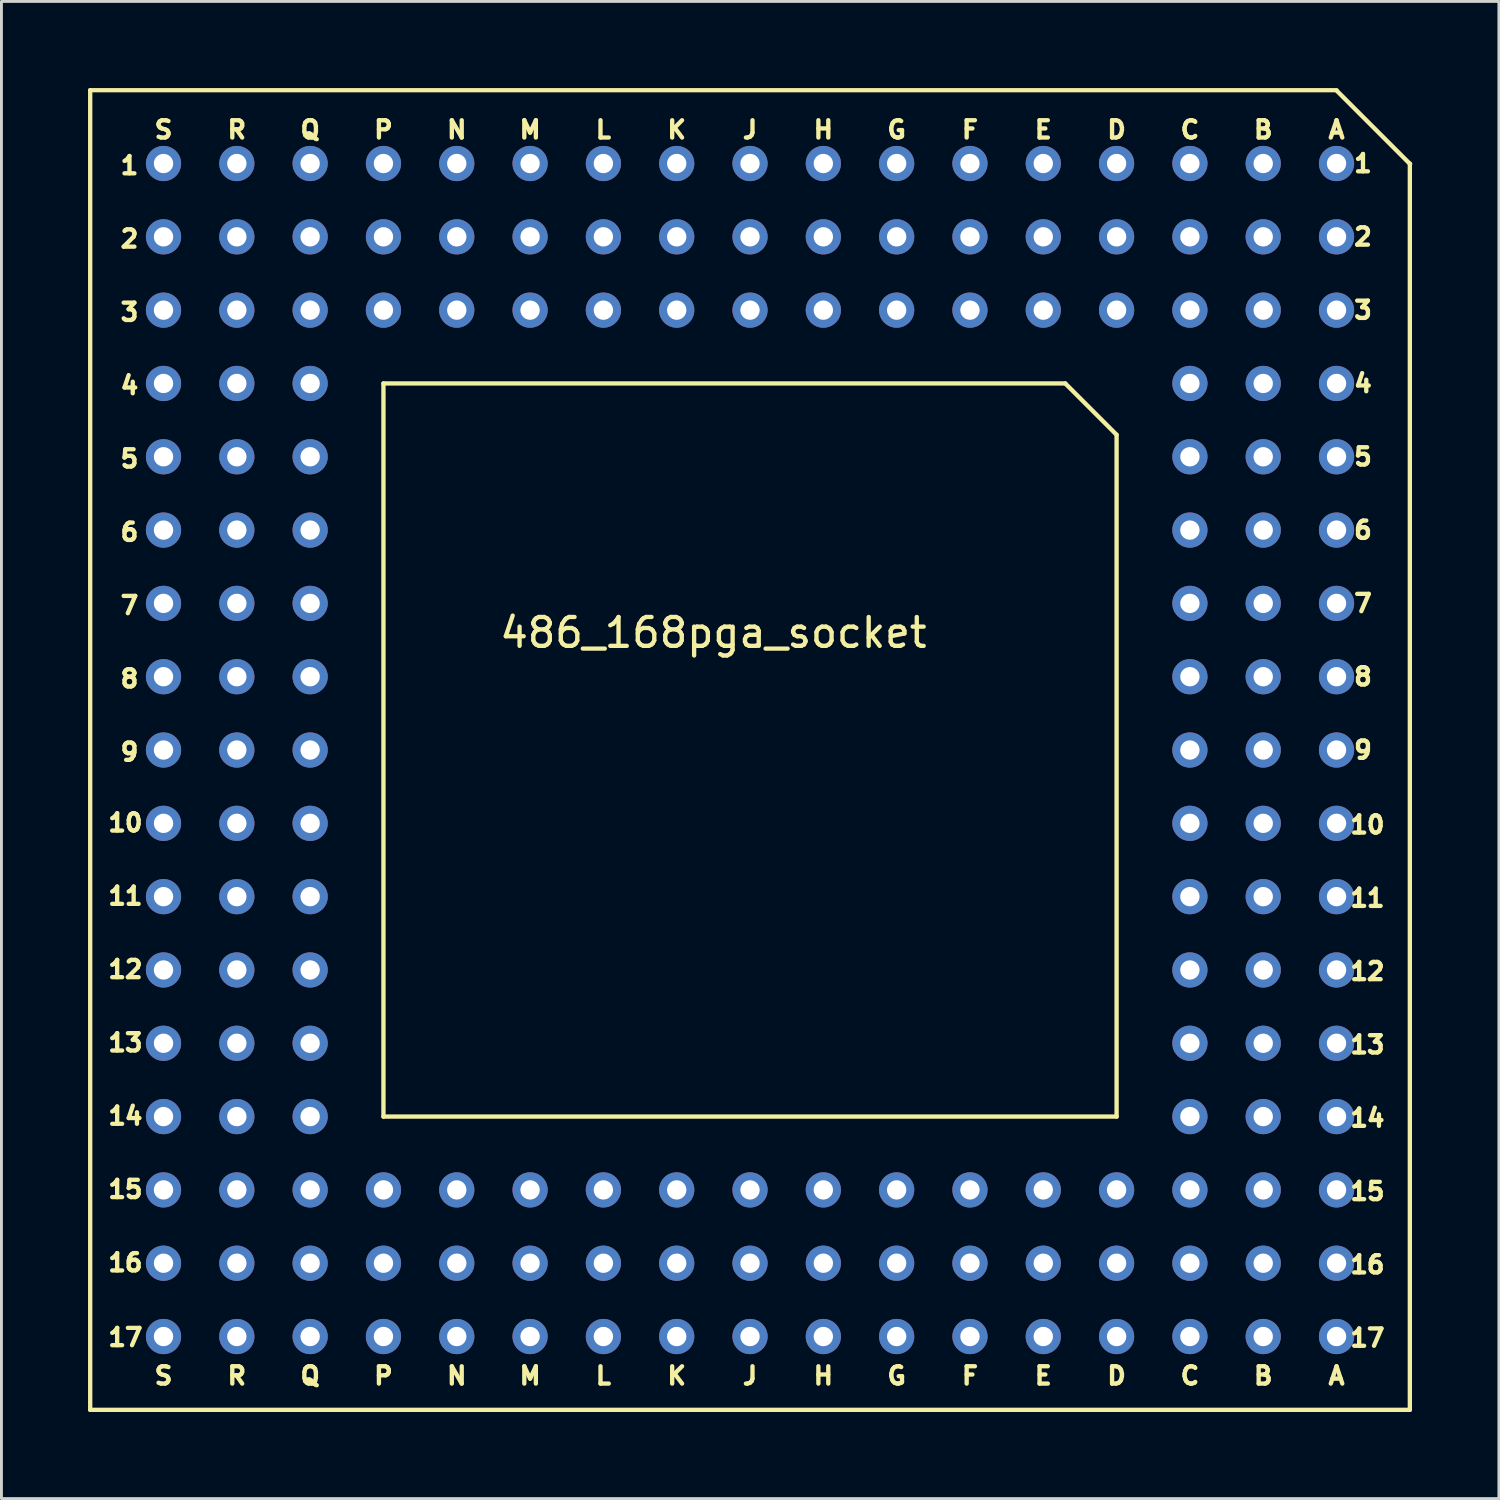
<source format=kicad_pcb>
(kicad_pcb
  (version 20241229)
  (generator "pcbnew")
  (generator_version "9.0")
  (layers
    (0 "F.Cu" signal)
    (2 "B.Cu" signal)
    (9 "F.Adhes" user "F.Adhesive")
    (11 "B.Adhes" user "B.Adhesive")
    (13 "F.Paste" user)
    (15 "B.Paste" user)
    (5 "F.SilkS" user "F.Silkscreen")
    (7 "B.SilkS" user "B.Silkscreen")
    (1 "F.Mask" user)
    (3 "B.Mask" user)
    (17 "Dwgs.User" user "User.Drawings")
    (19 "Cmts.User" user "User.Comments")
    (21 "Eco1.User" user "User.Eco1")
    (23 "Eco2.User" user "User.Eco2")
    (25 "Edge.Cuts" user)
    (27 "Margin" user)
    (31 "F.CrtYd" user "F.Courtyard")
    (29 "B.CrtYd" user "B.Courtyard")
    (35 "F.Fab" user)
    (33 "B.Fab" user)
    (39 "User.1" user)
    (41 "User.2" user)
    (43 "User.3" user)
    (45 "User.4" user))
  (footprint "486_168pga_socket"
    (layer "F.Cu")
    (at 43.255 2.615)
    (property "Reference" "486_168pga_socket" (at -21.59 16.256 0) (layer "F.SilkS") (effects (font (size 1 1) (thickness 0.15))))
    (attr through_hole)
    (fp_line (start -43.18 -2.54) (end 0 -2.54) (stroke (width 0.15) (type solid)) (layer "F.SilkS"))
    (fp_line (start -43.18 43.18) (end -43.18 -2.54) (stroke (width 0.15) (type solid)) (layer "F.SilkS"))
    (fp_line (start -33.02 7.62) (end -33.02 33.02) (stroke (width 0.15) (type solid)) (layer "F.SilkS"))
    (fp_line (start -33.02 33.02) (end -7.62 33.02) (stroke (width 0.15) (type solid)) (layer "F.SilkS"))
    (fp_line (start -9.398 7.62) (end -33.02 7.62) (stroke (width 0.15) (type solid)) (layer "F.SilkS"))
    (fp_line (start -9.398 7.62) (end -7.62 9.398) (stroke (width 0.15) (type solid)) (layer "F.SilkS"))
    (fp_line (start -7.62 33.02) (end -7.62 9.398) (stroke (width 0.15) (type solid)) (layer "F.SilkS"))
    (fp_line (start 0.01 -2.52) (end 2.55 0.02) (stroke (width 0.15) (type solid)) (layer "F.SilkS"))
    (fp_line (start 2.54 0) (end 2.54 43.18) (stroke (width 0.15) (type solid)) (layer "F.SilkS"))
    (fp_line (start 2.54 43.18) (end -43.18 43.18) (stroke (width 0.15) (type solid)) (layer "F.SilkS"))
    (fp_text user "K" (at -22.86 -1.17 0) (layer "F.SilkS") (effects (font (size 0.6 0.6) (thickness 0.15))))
    (fp_text user "4" (at -41.82 7.69 0) (layer "F.SilkS") (effects (font (size 0.6 0.6) (thickness 0.15))))
    (fp_text user "2" (at 0.916 2.54 0) (layer "F.SilkS") (effects (font (size 0.6 0.6) (thickness 0.15))))
    (fp_text user "10" (at -41.96 22.84 0) (layer "F.SilkS") (effects (font (size 0.6 0.6) (thickness 0.15))))
    (fp_text user "S" (at -40.64 42 0) (layer "F.SilkS") (effects (font (size 0.6 0.6) (thickness 0.15))))
    (fp_text user "B" (at -2.54 -1.17 0) (layer "F.SilkS") (effects (font (size 0.6 0.6) (thickness 0.15))))
    (fp_text user "M" (at -27.94 42 0) (layer "F.SilkS") (effects (font (size 0.6 0.6) (thickness 0.15))))
    (fp_text user "17" (at -41.96 40.67 0) (layer "F.SilkS") (effects (font (size 0.6 0.6) (thickness 0.15))))
    (fp_text user "11" (at 1.07 25.45 0) (layer "F.SilkS") (effects (font (size 0.6 0.6) (thickness 0.15))))
    (fp_text user "13" (at -41.96 30.46 0) (layer "F.SilkS") (effects (font (size 0.6 0.6) (thickness 0.15))))
    (fp_text user "10" (at 1.07 22.91 0) (layer "F.SilkS") (effects (font (size 0.6 0.6) (thickness 0.15))))
    (fp_text user "J" (at -20.32 -1.17 0) (layer "F.SilkS") (effects (font (size 0.6 0.6) (thickness 0.15))))
    (fp_text user "1" (at 0.916 0 0) (layer "F.SilkS") (effects (font (size 0.6 0.6) (thickness 0.15))))
    (fp_text user "P" (at -33.02 42 0) (layer "F.SilkS") (effects (font (size 0.6 0.6) (thickness 0.15))))
    (fp_text user "R" (at -38.1 42 0) (layer "F.SilkS") (effects (font (size 0.6 0.6) (thickness 0.15))))
    (fp_text user "F" (at -12.7 -1.17 0) (layer "F.SilkS") (effects (font (size 0.6 0.6) (thickness 0.15))))
    (fp_text user "2" (at -41.82 2.61 0) (layer "F.SilkS") (effects (font (size 0.6 0.6) (thickness 0.15))))
    (fp_text user "4" (at 0.916 7.62 0) (layer "F.SilkS") (effects (font (size 0.6 0.6) (thickness 0.15))))
    (fp_text user "D" (at -7.62 -1.17 0) (layer "F.SilkS") (effects (font (size 0.6 0.6) (thickness 0.15))))
    (fp_text user "A" (at 0 42 0) (layer "F.SilkS") (effects (font (size 0.6 0.6) (thickness 0.15))))
    (fp_text user "G" (at -15.24 42 0) (layer "F.SilkS") (effects (font (size 0.6 0.6) (thickness 0.15))))
    (fp_text user "16" (at -41.96 38.08 0) (layer "F.SilkS") (effects (font (size 0.6 0.6) (thickness 0.15))))
    (fp_text user "7" (at -41.82 15.31 0) (layer "F.SilkS") (effects (font (size 0.6 0.6) (thickness 0.15))))
    (fp_text user "Q" (at -35.56 -1.17 0) (layer "F.SilkS") (effects (font (size 0.6 0.6) (thickness 0.15))))
    (fp_text user "H" (at -17.78 42 0) (layer "F.SilkS") (effects (font (size 0.6 0.6) (thickness 0.15))))
    (fp_text user "8" (at -41.82 17.85 0) (layer "F.SilkS") (effects (font (size 0.6 0.6) (thickness 0.15))))
    (fp_text user "14" (at 1.07 33.07 0) (layer "F.SilkS") (effects (font (size 0.6 0.6) (thickness 0.15))))
    (fp_text user "S" (at -40.64 -1.17 0) (layer "F.SilkS") (effects (font (size 0.6 0.6) (thickness 0.15))))
    (fp_text user "F" (at -12.7 42 0) (layer "F.SilkS") (effects (font (size 0.6 0.6) (thickness 0.15))))
    (fp_text user "R" (at -38.1 -1.17 0) (layer "F.SilkS") (effects (font (size 0.6 0.6) (thickness 0.15))))
    (fp_text user "M" (at -27.94 -1.17 0) (layer "F.SilkS") (effects (font (size 0.6 0.6) (thickness 0.15))))
    (fp_text user "12" (at 1.07 27.99 0) (layer "F.SilkS") (effects (font (size 0.6 0.6) (thickness 0.15))))
    (fp_text user "14" (at -41.96 33 0) (layer "F.SilkS") (effects (font (size 0.6 0.6) (thickness 0.15))))
    (fp_text user "17" (at 1.07 40.69 0) (layer "F.SilkS") (effects (font (size 0.6 0.6) (thickness 0.15))))
    (fp_text user "H" (at -17.78 -1.17 0) (layer "F.SilkS") (effects (font (size 0.6 0.6) (thickness 0.15))))
    (fp_text user "15" (at 1.07 35.61 0) (layer "F.SilkS") (effects (font (size 0.6 0.6) (thickness 0.15))))
    (fp_text user "Q" (at -35.56 42 0) (layer "F.SilkS") (effects (font (size 0.6 0.6) (thickness 0.15))))
    (fp_text user "L" (at -25.4 42 0) (layer "F.SilkS") (effects (font (size 0.6 0.6) (thickness 0.15))))
    (fp_text user "C" (at -5.08 42 0) (layer "F.SilkS") (effects (font (size 0.6 0.6) (thickness 0.15))))
    (fp_text user "N" (at -30.48 -1.17 0) (layer "F.SilkS") (effects (font (size 0.6 0.6) (thickness 0.15))))
    (fp_text user "11" (at -41.96 25.38 0) (layer "F.SilkS") (effects (font (size 0.6 0.6) (thickness 0.15))))
    (fp_text user "L" (at -25.4 -1.17 180) (layer "F.SilkS") (effects (font (size 0.6 0.6) (thickness 0.15))))
    (fp_text user "C" (at -5.08 -1.17 0) (layer "F.SilkS") (effects (font (size 0.6 0.6) (thickness 0.15))))
    (fp_text user "K" (at -22.86 42 0) (layer "F.SilkS") (effects (font (size 0.6 0.6) (thickness 0.15))))
    (fp_text user "9" (at -41.82 20.39 0) (layer "F.SilkS") (effects (font (size 0.6 0.6) (thickness 0.15))))
    (fp_text user "P" (at -33.02 -1.17 0) (layer "F.SilkS") (effects (font (size 0.6 0.6) (thickness 0.15))))
    (fp_text user "J" (at -20.32 42 0) (layer "F.SilkS") (effects (font (size 0.6 0.6) (thickness 0.15))))
    (fp_text user "5" (at 0.916 10.16 0) (layer "F.SilkS") (effects (font (size 0.6 0.6) (thickness 0.15))))
    (fp_text user "6" (at -41.82 12.77 0) (layer "F.SilkS") (effects (font (size 0.6 0.6) (thickness 0.15))))
    (fp_text user "B" (at -2.54 42 0) (layer "F.SilkS") (effects (font (size 0.6 0.6) (thickness 0.15))))
    (fp_text user "15" (at -41.96 35.54 0) (layer "F.SilkS") (effects (font (size 0.6 0.6) (thickness 0.15))))
    (fp_text user "D" (at -7.62 42 0) (layer "F.SilkS") (effects (font (size 0.6 0.6) (thickness 0.15))))
    (fp_text user "12" (at -41.96 27.92 0) (layer "F.SilkS") (effects (font (size 0.6 0.6) (thickness 0.15))))
    (fp_text user "A" (at 0 -1.17 0) (layer "F.SilkS") (effects (font (size 0.6 0.6) (thickness 0.15))))
    (fp_text user "13" (at 1.07 30.53 0) (layer "F.SilkS") (effects (font (size 0.6 0.6) (thickness 0.15))))
    (fp_text user "5" (at -41.82 10.23 0) (layer "F.SilkS") (effects (font (size 0.6 0.6) (thickness 0.15))))
    (fp_text user "6" (at 0.916 12.7 0) (layer "F.SilkS") (effects (font (size 0.6 0.6) (thickness 0.15))))
    (fp_text user "G" (at -15.24 -1.17 0) (layer "F.SilkS") (effects (font (size 0.6 0.6) (thickness 0.15))))
    (fp_text user "E" (at -10.16 -1.17 0) (layer "F.SilkS") (effects (font (size 0.6 0.6) (thickness 0.15))))
    (fp_text user "8" (at 0.916 17.78 0) (layer "F.SilkS") (effects (font (size 0.6 0.6) (thickness 0.15))))
    (fp_text user "16" (at 1.07 38.15 0) (layer "F.SilkS") (effects (font (size 0.6 0.6) (thickness 0.15))))
    (fp_text user "1" (at -41.82 0.07 0) (layer "F.SilkS") (effects (font (size 0.6 0.6) (thickness 0.15))))
    (fp_text user "7" (at 0.916 15.24 0) (layer "F.SilkS") (effects (font (size 0.6 0.6) (thickness 0.15))))
    (fp_text user "3" (at 0.916 5.08 0) (layer "F.SilkS") (effects (font (size 0.6 0.6) (thickness 0.15))))
    (fp_text user "E" (at -10.16 42 0) (layer "F.SilkS") (effects (font (size 0.6 0.6) (thickness 0.15))))
    (fp_text user "N" (at -30.48 42 0) (layer "F.SilkS") (effects (font (size 0.6 0.6) (thickness 0.15))))
    (fp_text user "3" (at -41.82 5.15 0) (layer "F.SilkS") (effects (font (size 0.6 0.6) (thickness 0.15))))
    (fp_text user "9" (at 0.916 20.32 0) (layer "F.SilkS") (effects (font (size 0.6 0.6) (thickness 0.15))))
    (pad "A1" thru_hole circle (at 0 0) (size 1.22 1.22) (drill 0.67) (layers "*.Cu" "*.Mask"))
    (pad "A2" thru_hole circle (at 0 2.54) (size 1.22 1.22) (drill 0.67) (layers "*.Cu" "*.Mask"))
    (pad "A3" thru_hole circle (at 0 5.08) (size 1.22 1.22) (drill 0.67) (layers "*.Cu" "*.Mask"))
    (pad "A4" thru_hole circle (at 0 7.62) (size 1.22 1.22) (drill 0.67) (layers "*.Cu" "*.Mask"))
    (pad "A5" thru_hole circle (at 0 10.16) (size 1.22 1.22) (drill 0.67) (layers "*.Cu" "*.Mask"))
    (pad "A6" thru_hole circle (at 0 12.7) (size 1.22 1.22) (drill 0.67) (layers "*.Cu" "*.Mask"))
    (pad "A7" thru_hole circle (at 0 15.24) (size 1.22 1.22) (drill 0.67) (layers "*.Cu" "*.Mask"))
    (pad "A8" thru_hole circle (at 0 17.78) (size 1.22 1.22) (drill 0.67) (layers "*.Cu" "*.Mask"))
    (pad "A9" thru_hole circle (at 0 20.32) (size 1.22 1.22) (drill 0.67) (layers "*.Cu" "*.Mask"))
    (pad "A10" thru_hole circle (at 0 22.86) (size 1.22 1.22) (drill 0.67) (layers "*.Cu" "*.Mask"))
    (pad "A11" thru_hole circle (at 0 25.4) (size 1.22 1.22) (drill 0.67) (layers "*.Cu" "*.Mask"))
    (pad "A12" thru_hole circle (at 0 27.94) (size 1.22 1.22) (drill 0.67) (layers "*.Cu" "*.Mask"))
    (pad "A13" thru_hole circle (at 0 30.48) (size 1.22 1.22) (drill 0.67) (layers "*.Cu" "*.Mask"))
    (pad "A14" thru_hole circle (at 0 33.02) (size 1.22 1.22) (drill 0.67) (layers "*.Cu" "*.Mask"))
    (pad "A15" thru_hole circle (at 0 35.56) (size 1.22 1.22) (drill 0.67) (layers "*.Cu" "*.Mask"))
    (pad "A16" thru_hole circle (at 0 38.1) (size 1.22 1.22) (drill 0.67) (layers "*.Cu" "*.Mask"))
    (pad "A17" thru_hole circle (at 0 40.64) (size 1.22 1.22) (drill 0.67) (layers "*.Cu" "*.Mask"))
    (pad "B1" thru_hole circle (at -2.54 0) (size 1.22 1.22) (drill 0.67) (layers "*.Cu" "*.Mask"))
    (pad "B2" thru_hole circle (at -2.54 2.54) (size 1.22 1.22) (drill 0.67) (layers "*.Cu" "*.Mask"))
    (pad "B3" thru_hole circle (at -2.54 5.08) (size 1.22 1.22) (drill 0.67) (layers "*.Cu" "*.Mask"))
    (pad "B4" thru_hole circle (at -2.54 7.62) (size 1.22 1.22) (drill 0.67) (layers "*.Cu" "*.Mask"))
    (pad "B5" thru_hole circle (at -2.54 10.16) (size 1.22 1.22) (drill 0.67) (layers "*.Cu" "*.Mask"))
    (pad "B6" thru_hole circle (at -2.54 12.7) (size 1.22 1.22) (drill 0.67) (layers "*.Cu" "*.Mask"))
    (pad "B7" thru_hole circle (at -2.54 15.24) (size 1.22 1.22) (drill 0.67) (layers "*.Cu" "*.Mask"))
    (pad "B8" thru_hole circle (at -2.54 17.78) (size 1.22 1.22) (drill 0.67) (layers "*.Cu" "*.Mask"))
    (pad "B9" thru_hole circle (at -2.54 20.32) (size 1.22 1.22) (drill 0.67) (layers "*.Cu" "*.Mask"))
    (pad "B10" thru_hole circle (at -2.54 22.86) (size 1.22 1.22) (drill 0.67) (layers "*.Cu" "*.Mask"))
    (pad "B11" thru_hole circle (at -2.54 25.4) (size 1.22 1.22) (drill 0.67) (layers "*.Cu" "*.Mask"))
    (pad "B12" thru_hole circle (at -2.54 27.94) (size 1.22 1.22) (drill 0.67) (layers "*.Cu" "*.Mask"))
    (pad "B13" thru_hole circle (at -2.54 30.48) (size 1.22 1.22) (drill 0.67) (layers "*.Cu" "*.Mask"))
    (pad "B14" thru_hole circle (at -2.54 33.02) (size 1.22 1.22) (drill 0.67) (layers "*.Cu" "*.Mask"))
    (pad "B15" thru_hole circle (at -2.54 35.56) (size 1.22 1.22) (drill 0.67) (layers "*.Cu" "*.Mask"))
    (pad "B16" thru_hole circle (at -2.54 38.1) (size 1.22 1.22) (drill 0.67) (layers "*.Cu" "*.Mask"))
    (pad "B17" thru_hole circle (at -2.54 40.64) (size 1.22 1.22) (drill 0.67) (layers "*.Cu" "*.Mask"))
    (pad "C1" thru_hole circle (at -5.08 0) (size 1.22 1.22) (drill 0.67) (layers "*.Cu" "*.Mask"))
    (pad "C2" thru_hole circle (at -5.08 2.54) (size 1.22 1.22) (drill 0.67) (layers "*.Cu" "*.Mask"))
    (pad "C3" thru_hole circle (at -5.08 5.08) (size 1.22 1.22) (drill 0.67) (layers "*.Cu" "*.Mask"))
    (pad "C4" thru_hole circle (at -5.08 7.62) (size 1.22 1.22) (drill 0.67) (layers "*.Cu" "*.Mask"))
    (pad "C5" thru_hole circle (at -5.08 10.16) (size 1.22 1.22) (drill 0.67) (layers "*.Cu" "*.Mask"))
    (pad "C6" thru_hole circle (at -5.08 12.7) (size 1.22 1.22) (drill 0.67) (layers "*.Cu" "*.Mask"))
    (pad "C7" thru_hole circle (at -5.08 15.24) (size 1.22 1.22) (drill 0.67) (layers "*.Cu" "*.Mask"))
    (pad "C8" thru_hole circle (at -5.08 17.78) (size 1.22 1.22) (drill 0.67) (layers "*.Cu" "*.Mask"))
    (pad "C9" thru_hole circle (at -5.08 20.32) (size 1.22 1.22) (drill 0.67) (layers "*.Cu" "*.Mask"))
    (pad "C10" thru_hole circle (at -5.08 22.86) (size 1.22 1.22) (drill 0.67) (layers "*.Cu" "*.Mask"))
    (pad "C11" thru_hole circle (at -5.08 25.4) (size 1.22 1.22) (drill 0.67) (layers "*.Cu" "*.Mask"))
    (pad "C12" thru_hole circle (at -5.08 27.94) (size 1.22 1.22) (drill 0.67) (layers "*.Cu" "*.Mask"))
    (pad "C13" thru_hole circle (at -5.08 30.48) (size 1.22 1.22) (drill 0.67) (layers "*.Cu" "*.Mask"))
    (pad "C14" thru_hole circle (at -5.08 33.02) (size 1.22 1.22) (drill 0.67) (layers "*.Cu" "*.Mask"))
    (pad "C15" thru_hole circle (at -5.08 35.56) (size 1.22 1.22) (drill 0.67) (layers "*.Cu" "*.Mask"))
    (pad "C16" thru_hole circle (at -5.08 38.1) (size 1.22 1.22) (drill 0.67) (layers "*.Cu" "*.Mask"))
    (pad "C17" thru_hole circle (at -5.08 40.64) (size 1.22 1.22) (drill 0.67) (layers "*.Cu" "*.Mask"))
    (pad "D1" thru_hole circle (at -7.62 0) (size 1.22 1.22) (drill 0.67) (layers "*.Cu" "*.Mask"))
    (pad "D2" thru_hole circle (at -7.62 2.54) (size 1.22 1.22) (drill 0.67) (layers "*.Cu" "*.Mask"))
    (pad "D3" thru_hole circle (at -7.62 5.08) (size 1.22 1.22) (drill 0.67) (layers "*.Cu" "*.Mask"))
    (pad "D15" thru_hole circle (at -7.62 35.56) (size 1.22 1.22) (drill 0.67) (layers "*.Cu" "*.Mask"))
    (pad "D16" thru_hole circle (at -7.62 38.1) (size 1.22 1.22) (drill 0.67) (layers "*.Cu" "*.Mask"))
    (pad "D17" thru_hole circle (at -7.62 40.64) (size 1.22 1.22) (drill 0.67) (layers "*.Cu" "*.Mask"))
    (pad "E1" thru_hole circle (at -10.16 0) (size 1.22 1.22) (drill 0.67) (layers "*.Cu" "*.Mask"))
    (pad "E2" thru_hole circle (at -10.16 2.54) (size 1.22 1.22) (drill 0.67) (layers "*.Cu" "*.Mask"))
    (pad "E3" thru_hole circle (at -10.16 5.08) (size 1.22 1.22) (drill 0.67) (layers "*.Cu" "*.Mask"))
    (pad "E15" thru_hole circle (at -10.16 35.56) (size 1.22 1.22) (drill 0.67) (layers "*.Cu" "*.Mask"))
    (pad "E16" thru_hole circle (at -10.16 38.1) (size 1.22 1.22) (drill 0.67) (layers "*.Cu" "*.Mask"))
    (pad "E17" thru_hole circle (at -10.16 40.64) (size 1.22 1.22) (drill 0.67) (layers "*.Cu" "*.Mask"))
    (pad "F1" thru_hole circle (at -12.7 0) (size 1.22 1.22) (drill 0.67) (layers "*.Cu" "*.Mask"))
    (pad "F2" thru_hole circle (at -12.7 2.54) (size 1.22 1.22) (drill 0.67) (layers "*.Cu" "*.Mask"))
    (pad "F3" thru_hole circle (at -12.7 5.08) (size 1.22 1.22) (drill 0.67) (layers "*.Cu" "*.Mask"))
    (pad "F15" thru_hole circle (at -12.7 35.56) (size 1.22 1.22) (drill 0.67) (layers "*.Cu" "*.Mask"))
    (pad "F16" thru_hole circle (at -12.7 38.1) (size 1.22 1.22) (drill 0.67) (layers "*.Cu" "*.Mask"))
    (pad "F17" thru_hole circle (at -12.7 40.64) (size 1.22 1.22) (drill 0.67) (layers "*.Cu" "*.Mask"))
    (pad "G1" thru_hole circle (at -15.24 0) (size 1.22 1.22) (drill 0.67) (layers "*.Cu" "*.Mask"))
    (pad "G2" thru_hole circle (at -15.24 2.54) (size 1.22 1.22) (drill 0.67) (layers "*.Cu" "*.Mask"))
    (pad "G3" thru_hole circle (at -15.24 5.08) (size 1.22 1.22) (drill 0.67) (layers "*.Cu" "*.Mask"))
    (pad "G15" thru_hole circle (at -15.24 35.56) (size 1.22 1.22) (drill 0.67) (layers "*.Cu" "*.Mask"))
    (pad "G16" thru_hole circle (at -15.24 38.1) (size 1.22 1.22) (drill 0.67) (layers "*.Cu" "*.Mask"))
    (pad "G17" thru_hole circle (at -15.24 40.64) (size 1.22 1.22) (drill 0.67) (layers "*.Cu" "*.Mask"))
    (pad "H1" thru_hole circle (at -17.78 0) (size 1.22 1.22) (drill 0.67) (layers "*.Cu" "*.Mask"))
    (pad "H2" thru_hole circle (at -17.78 2.54) (size 1.22 1.22) (drill 0.67) (layers "*.Cu" "*.Mask"))
    (pad "H3" thru_hole circle (at -17.78 5.08) (size 1.22 1.22) (drill 0.67) (layers "*.Cu" "*.Mask"))
    (pad "H15" thru_hole circle (at -17.78 35.56) (size 1.22 1.22) (drill 0.67) (layers "*.Cu" "*.Mask"))
    (pad "H16" thru_hole circle (at -17.78 38.1) (size 1.22 1.22) (drill 0.67) (layers "*.Cu" "*.Mask"))
    (pad "H17" thru_hole circle (at -17.78 40.64) (size 1.22 1.22) (drill 0.67) (layers "*.Cu" "*.Mask"))
    (pad "J1" thru_hole circle (at -20.32 0) (size 1.22 1.22) (drill 0.67) (layers "*.Cu" "*.Mask"))
    (pad "J2" thru_hole circle (at -20.32 2.54) (size 1.22 1.22) (drill 0.67) (layers "*.Cu" "*.Mask"))
    (pad "J3" thru_hole circle (at -20.32 5.08) (size 1.22 1.22) (drill 0.67) (layers "*.Cu" "*.Mask"))
    (pad "J15" thru_hole circle (at -20.32 35.56) (size 1.22 1.22) (drill 0.67) (layers "*.Cu" "*.Mask"))
    (pad "J16" thru_hole circle (at -20.32 38.1) (size 1.22 1.22) (drill 0.67) (layers "*.Cu" "*.Mask"))
    (pad "J17" thru_hole circle (at -20.32 40.64) (size 1.22 1.22) (drill 0.67) (layers "*.Cu" "*.Mask"))
    (pad "K1" thru_hole circle (at -22.86 0) (size 1.22 1.22) (drill 0.67) (layers "*.Cu" "*.Mask"))
    (pad "K2" thru_hole circle (at -22.86 2.54) (size 1.22 1.22) (drill 0.67) (layers "*.Cu" "*.Mask"))
    (pad "K3" thru_hole circle (at -22.86 5.08) (size 1.22 1.22) (drill 0.67) (layers "*.Cu" "*.Mask"))
    (pad "K15" thru_hole circle (at -22.86 35.56) (size 1.22 1.22) (drill 0.67) (layers "*.Cu" "*.Mask"))
    (pad "K16" thru_hole circle (at -22.86 38.1) (size 1.22 1.22) (drill 0.67) (layers "*.Cu" "*.Mask"))
    (pad "K17" thru_hole circle (at -22.86 40.64) (size 1.22 1.22) (drill 0.67) (layers "*.Cu" "*.Mask"))
    (pad "L1" thru_hole circle (at -25.4 0) (size 1.22 1.22) (drill 0.67) (layers "*.Cu" "*.Mask"))
    (pad "L2" thru_hole circle (at -25.4 2.54) (size 1.22 1.22) (drill 0.67) (layers "*.Cu" "*.Mask"))
    (pad "L3" thru_hole circle (at -25.4 5.08) (size 1.22 1.22) (drill 0.67) (layers "*.Cu" "*.Mask"))
    (pad "L15" thru_hole circle (at -25.4 35.56) (size 1.22 1.22) (drill 0.67) (layers "*.Cu" "*.Mask"))
    (pad "L16" thru_hole circle (at -25.4 38.1) (size 1.22 1.22) (drill 0.67) (layers "*.Cu" "*.Mask"))
    (pad "L17" thru_hole circle (at -25.4 40.64) (size 1.22 1.22) (drill 0.67) (layers "*.Cu" "*.Mask"))
    (pad "M1" thru_hole circle (at -27.94 0) (size 1.22 1.22) (drill 0.67) (layers "*.Cu" "*.Mask"))
    (pad "M2" thru_hole circle (at -27.94 2.54) (size 1.22 1.22) (drill 0.67) (layers "*.Cu" "*.Mask"))
    (pad "M3" thru_hole circle (at -27.94 5.08) (size 1.22 1.22) (drill 0.67) (layers "*.Cu" "*.Mask"))
    (pad "M15" thru_hole circle (at -27.94 35.56) (size 1.22 1.22) (drill 0.67) (layers "*.Cu" "*.Mask"))
    (pad "M16" thru_hole circle (at -27.94 38.1) (size 1.22 1.22) (drill 0.67) (layers "*.Cu" "*.Mask"))
    (pad "M17" thru_hole circle (at -27.94 40.64) (size 1.22 1.22) (drill 0.67) (layers "*.Cu" "*.Mask"))
    (pad "N1" thru_hole circle (at -30.48 0) (size 1.22 1.22) (drill 0.67) (layers "*.Cu" "*.Mask"))
    (pad "N2" thru_hole circle (at -30.48 2.54) (size 1.22 1.22) (drill 0.67) (layers "*.Cu" "*.Mask"))
    (pad "N3" thru_hole circle (at -30.48 5.08) (size 1.22 1.22) (drill 0.67) (layers "*.Cu" "*.Mask"))
    (pad "N15" thru_hole circle (at -30.48 35.56) (size 1.22 1.22) (drill 0.67) (layers "*.Cu" "*.Mask"))
    (pad "N16" thru_hole circle (at -30.48 38.1) (size 1.22 1.22) (drill 0.67) (layers "*.Cu" "*.Mask"))
    (pad "N17" thru_hole circle (at -30.48 40.64) (size 1.22 1.22) (drill 0.67) (layers "*.Cu" "*.Mask"))
    (pad "P1" thru_hole circle (at -33.02 0) (size 1.22 1.22) (drill 0.67) (layers "*.Cu" "*.Mask"))
    (pad "P2" thru_hole circle (at -33.02 2.54) (size 1.22 1.22) (drill 0.67) (layers "*.Cu" "*.Mask"))
    (pad "P3" thru_hole circle (at -33.02 5.08) (size 1.22 1.22) (drill 0.67) (layers "*.Cu" "*.Mask"))
    (pad "P15" thru_hole circle (at -33.02 35.56) (size 1.22 1.22) (drill 0.67) (layers "*.Cu" "*.Mask"))
    (pad "P16" thru_hole circle (at -33.02 38.1) (size 1.22 1.22) (drill 0.67) (layers "*.Cu" "*.Mask"))
    (pad "P17" thru_hole circle (at -33.02 40.64) (size 1.22 1.22) (drill 0.67) (layers "*.Cu" "*.Mask"))
    (pad "Q1" thru_hole circle (at -35.56 0) (size 1.22 1.22) (drill 0.67) (layers "*.Cu" "*.Mask"))
    (pad "Q2" thru_hole circle (at -35.56 2.54) (size 1.22 1.22) (drill 0.67) (layers "*.Cu" "*.Mask"))
    (pad "Q3" thru_hole circle (at -35.56 5.08) (size 1.22 1.22) (drill 0.67) (layers "*.Cu" "*.Mask"))
    (pad "Q4" thru_hole circle (at -35.56 7.62) (size 1.22 1.22) (drill 0.67) (layers "*.Cu" "*.Mask"))
    (pad "Q5" thru_hole circle (at -35.56 10.16) (size 1.22 1.22) (drill 0.67) (layers "*.Cu" "*.Mask"))
    (pad "Q6" thru_hole circle (at -35.56 12.7) (size 1.22 1.22) (drill 0.67) (layers "*.Cu" "*.Mask"))
    (pad "Q7" thru_hole circle (at -35.56 15.24) (size 1.22 1.22) (drill 0.67) (layers "*.Cu" "*.Mask"))
    (pad "Q8" thru_hole circle (at -35.56 17.78) (size 1.22 1.22) (drill 0.67) (layers "*.Cu" "*.Mask"))
    (pad "Q9" thru_hole circle (at -35.56 20.32) (size 1.22 1.22) (drill 0.67) (layers "*.Cu" "*.Mask"))
    (pad "Q10" thru_hole circle (at -35.56 22.86) (size 1.22 1.22) (drill 0.67) (layers "*.Cu" "*.Mask"))
    (pad "Q11" thru_hole circle (at -35.56 25.4) (size 1.22 1.22) (drill 0.67) (layers "*.Cu" "*.Mask"))
    (pad "Q12" thru_hole circle (at -35.56 27.94) (size 1.22 1.22) (drill 0.67) (layers "*.Cu" "*.Mask"))
    (pad "Q13" thru_hole circle (at -35.56 30.48) (size 1.22 1.22) (drill 0.67) (layers "*.Cu" "*.Mask"))
    (pad "Q14" thru_hole circle (at -35.56 33.02) (size 1.22 1.22) (drill 0.67) (layers "*.Cu" "*.Mask"))
    (pad "Q15" thru_hole circle (at -35.56 35.56) (size 1.22 1.22) (drill 0.67) (layers "*.Cu" "*.Mask"))
    (pad "Q16" thru_hole circle (at -35.56 38.1) (size 1.22 1.22) (drill 0.67) (layers "*.Cu" "*.Mask"))
    (pad "Q17" thru_hole circle (at -35.56 40.64) (size 1.22 1.22) (drill 0.67) (layers "*.Cu" "*.Mask"))
    (pad "R1" thru_hole circle (at -38.1 0) (size 1.22 1.22) (drill 0.67) (layers "*.Cu" "*.Mask"))
    (pad "R2" thru_hole circle (at -38.1 2.54) (size 1.22 1.22) (drill 0.67) (layers "*.Cu" "*.Mask"))
    (pad "R3" thru_hole circle (at -38.1 5.08) (size 1.22 1.22) (drill 0.67) (layers "*.Cu" "*.Mask"))
    (pad "R4" thru_hole circle (at -38.1 7.62) (size 1.22 1.22) (drill 0.67) (layers "*.Cu" "*.Mask"))
    (pad "R5" thru_hole circle (at -38.1 10.16) (size 1.22 1.22) (drill 0.67) (layers "*.Cu" "*.Mask"))
    (pad "R6" thru_hole circle (at -38.1 12.7) (size 1.22 1.22) (drill 0.67) (layers "*.Cu" "*.Mask"))
    (pad "R7" thru_hole circle (at -38.1 15.24) (size 1.22 1.22) (drill 0.67) (layers "*.Cu" "*.Mask"))
    (pad "R8" thru_hole circle (at -38.1 17.78) (size 1.22 1.22) (drill 0.67) (layers "*.Cu" "*.Mask"))
    (pad "R9" thru_hole circle (at -38.1 20.32) (size 1.22 1.22) (drill 0.67) (layers "*.Cu" "*.Mask"))
    (pad "R10" thru_hole circle (at -38.1 22.86) (size 1.22 1.22) (drill 0.67) (layers "*.Cu" "*.Mask"))
    (pad "R11" thru_hole circle (at -38.1 25.4) (size 1.22 1.22) (drill 0.67) (layers "*.Cu" "*.Mask"))
    (pad "R12" thru_hole circle (at -38.1 27.94) (size 1.22 1.22) (drill 0.67) (layers "*.Cu" "*.Mask"))
    (pad "R13" thru_hole circle (at -38.1 30.48) (size 1.22 1.22) (drill 0.67) (layers "*.Cu" "*.Mask"))
    (pad "R14" thru_hole circle (at -38.1 33.02) (size 1.22 1.22) (drill 0.67) (layers "*.Cu" "*.Mask"))
    (pad "R15" thru_hole circle (at -38.1 35.56) (size 1.22 1.22) (drill 0.67) (layers "*.Cu" "*.Mask"))
    (pad "R16" thru_hole circle (at -38.1 38.1) (size 1.22 1.22) (drill 0.67) (layers "*.Cu" "*.Mask"))
    (pad "R17" thru_hole circle (at -38.1 40.64) (size 1.22 1.22) (drill 0.67) (layers "*.Cu" "*.Mask"))
    (pad "S1" thru_hole circle (at -40.64 0) (size 1.22 1.22) (drill 0.67) (layers "*.Cu" "*.Mask"))
    (pad "S2" thru_hole circle (at -40.64 2.54) (size 1.22 1.22) (drill 0.67) (layers "*.Cu" "*.Mask"))
    (pad "S3" thru_hole circle (at -40.64 5.08) (size 1.22 1.22) (drill 0.67) (layers "*.Cu" "*.Mask"))
    (pad "S4" thru_hole circle (at -40.64 7.62) (size 1.22 1.22) (drill 0.67) (layers "*.Cu" "*.Mask"))
    (pad "S5" thru_hole circle (at -40.64 10.16) (size 1.22 1.22) (drill 0.67) (layers "*.Cu" "*.Mask"))
    (pad "S6" thru_hole circle (at -40.64 12.7) (size 1.22 1.22) (drill 0.67) (layers "*.Cu" "*.Mask"))
    (pad "S7" thru_hole circle (at -40.64 15.24) (size 1.22 1.22) (drill 0.67) (layers "*.Cu" "*.Mask"))
    (pad "S8" thru_hole circle (at -40.64 17.78) (size 1.22 1.22) (drill 0.67) (layers "*.Cu" "*.Mask"))
    (pad "S9" thru_hole circle (at -40.64 20.32) (size 1.22 1.22) (drill 0.67) (layers "*.Cu" "*.Mask"))
    (pad "S10" thru_hole circle (at -40.64 22.86) (size 1.22 1.22) (drill 0.67) (layers "*.Cu" "*.Mask"))
    (pad "S11" thru_hole circle (at -40.64 25.4) (size 1.22 1.22) (drill 0.67) (layers "*.Cu" "*.Mask"))
    (pad "S12" thru_hole circle (at -40.64 27.94) (size 1.22 1.22) (drill 0.67) (layers "*.Cu" "*.Mask"))
    (pad "S13" thru_hole circle (at -40.64 30.48) (size 1.22 1.22) (drill 0.67) (layers "*.Cu" "*.Mask"))
    (pad "S14" thru_hole circle (at -40.64 33.02) (size 1.22 1.22) (drill 0.67) (layers "*.Cu" "*.Mask"))
    (pad "S15" thru_hole circle (at -40.64 35.56) (size 1.22 1.22) (drill 0.67) (layers "*.Cu" "*.Mask"))
    (pad "S16" thru_hole circle (at -40.64 38.1) (size 1.22 1.22) (drill 0.67) (layers "*.Cu" "*.Mask"))
    (pad "S17" thru_hole circle (at -40.64 40.64) (size 1.22 1.22) (drill 0.67) (layers "*.Cu" "*.Mask")))
  (gr_rect
    (start -3 -3)
    (end 48.88 48.87)
    (stroke (width 0.1) (type default))
    (fill no)
    (layer "Edge.Cuts")))
</source>
